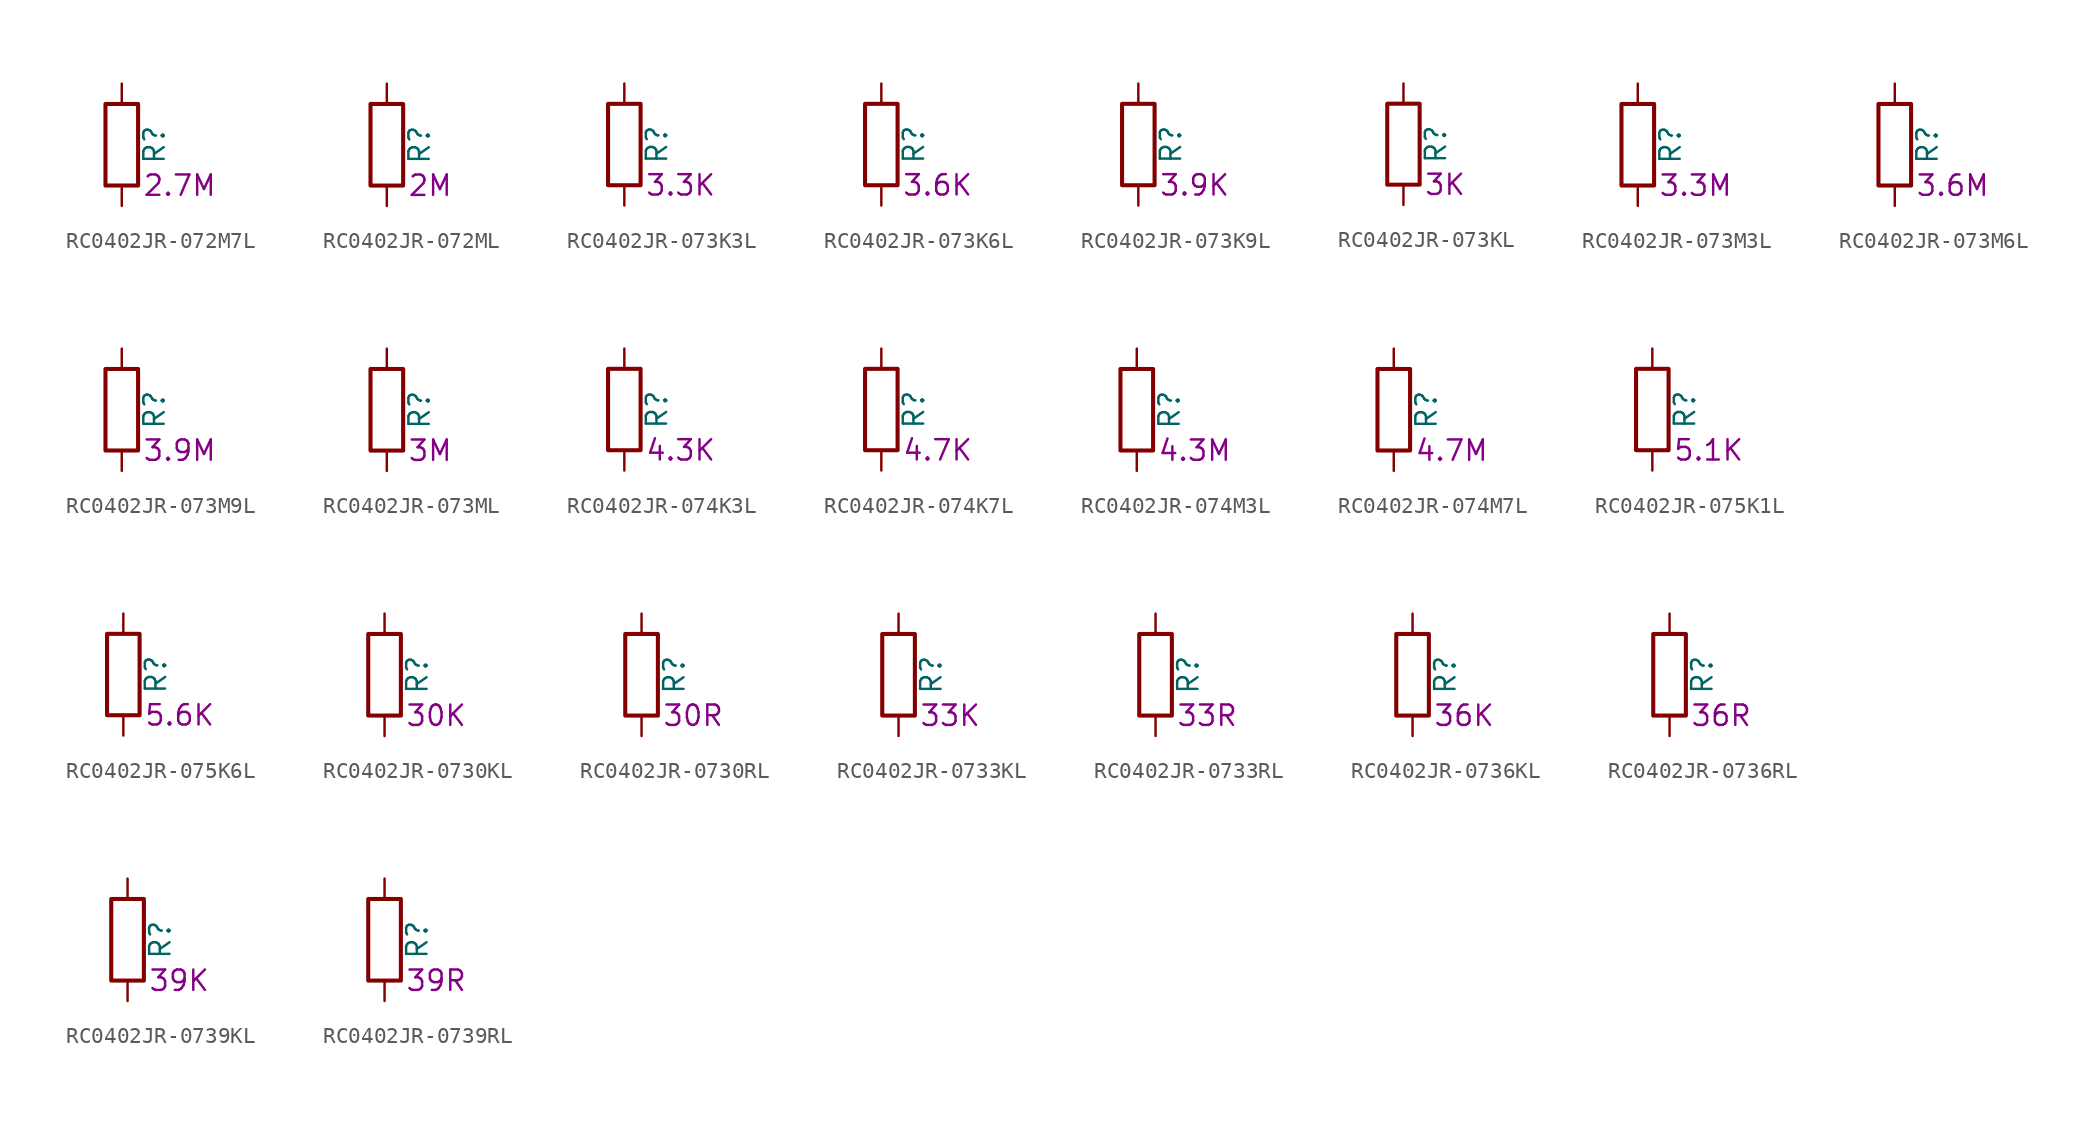
<source format=kicad_sym>
(kicad_symbol_lib
  (version 20220914)
  (generator kicad_symbol_editor)
  (symbol "RC0402JR-072M7L"
    (pin_numbers hide)
    (pin_names
      (offset 0))
    (property "Reference" "R"
      (at 2.032 0 90)
      (effects (font (size 1.27 1.27))))
    (property "Resistance" "2.7M"
      (at 1.27 -2.54 0)
      (effects (font (size 1.27 1.27)) (justify left)))
    (symbol "RC0402JR-072M7L_0_1"
      (rectangle (start -1.016 -2.54) (end 1.016 2.54) (stroke (width 0.254) (type default)) (fill (type none))))
    (symbol "RC0402JR-072M7L_1_1"
      (pin passive line (at 0 3.81 270) (length 1.27) (name "~" (effects (font (size 1.27 1.27)))) (number "1" (effects (font (size 1.27 1.27)))))
      (pin passive line (at 0 -3.81 90) (length 1.27) (name "~" (effects (font (size 1.27 1.27)))) (number "2" (effects (font (size 1.27 1.27)))))))
  (symbol "RC0402JR-072ML"
    (pin_numbers hide)
    (pin_names
      (offset 0))
    (property "Reference" "R"
      (at 2.032 0 90)
      (effects (font (size 1.27 1.27))))
    (property "Resistance" "2M"
      (at 1.27 -2.54 0)
      (effects (font (size 1.27 1.27)) (justify left)))
    (symbol "RC0402JR-072ML_0_1"
      (rectangle (start -1.016 -2.54) (end 1.016 2.54) (stroke (width 0.254) (type default)) (fill (type none))))
    (symbol "RC0402JR-072ML_1_1"
      (pin passive line (at 0 3.81 270) (length 1.27) (name "~" (effects (font (size 1.27 1.27)))) (number "1" (effects (font (size 1.27 1.27)))))
      (pin passive line (at 0 -3.81 90) (length 1.27) (name "~" (effects (font (size 1.27 1.27)))) (number "2" (effects (font (size 1.27 1.27)))))))
  (symbol "RC0402JR-073K3L"
    (pin_numbers hide)
    (pin_names
      (offset 0))
    (property "Reference" "R"
      (at 2.032 0 90)
      (effects (font (size 1.27 1.27))))
    (property "Resistance" "3.3K"
      (at 1.27 -2.54 0)
      (effects (font (size 1.27 1.27)) (justify left)))
    (symbol "RC0402JR-073K3L_0_1"
      (rectangle (start -1.016 -2.54) (end 1.016 2.54) (stroke (width 0.254) (type default)) (fill (type none))))
    (symbol "RC0402JR-073K3L_1_1"
      (pin passive line (at 0 3.81 270) (length 1.27) (name "~" (effects (font (size 1.27 1.27)))) (number "1" (effects (font (size 1.27 1.27)))))
      (pin passive line (at 0 -3.81 90) (length 1.27) (name "~" (effects (font (size 1.27 1.27)))) (number "2" (effects (font (size 1.27 1.27)))))))
  (symbol "RC0402JR-073K6L"
    (pin_numbers hide)
    (pin_names
      (offset 0))
    (property "Reference" "R"
      (at 2.032 0 90)
      (effects (font (size 1.27 1.27))))
    (property "Resistance" "3.6K"
      (at 1.27 -2.54 0)
      (effects (font (size 1.27 1.27)) (justify left)))
    (symbol "RC0402JR-073K6L_0_1"
      (rectangle (start -1.016 -2.54) (end 1.016 2.54) (stroke (width 0.254) (type default)) (fill (type none))))
    (symbol "RC0402JR-073K6L_1_1"
      (pin passive line (at 0 3.81 270) (length 1.27) (name "~" (effects (font (size 1.27 1.27)))) (number "1" (effects (font (size 1.27 1.27)))))
      (pin passive line (at 0 -3.81 90) (length 1.27) (name "~" (effects (font (size 1.27 1.27)))) (number "2" (effects (font (size 1.27 1.27)))))))
  (symbol "RC0402JR-073K9L"
    (pin_numbers hide)
    (pin_names
      (offset 0))
    (property "Reference" "R"
      (at 2.032 0 90)
      (effects (font (size 1.27 1.27))))
    (property "Resistance" "3.9K"
      (at 1.27 -2.54 0)
      (effects (font (size 1.27 1.27)) (justify left)))
    (symbol "RC0402JR-073K9L_0_1"
      (rectangle (start -1.016 -2.54) (end 1.016 2.54) (stroke (width 0.254) (type default)) (fill (type none))))
    (symbol "RC0402JR-073K9L_1_1"
      (pin passive line (at 0 3.81 270) (length 1.27) (name "~" (effects (font (size 1.27 1.27)))) (number "1" (effects (font (size 1.27 1.27)))))
      (pin passive line (at 0 -3.81 90) (length 1.27) (name "~" (effects (font (size 1.27 1.27)))) (number "2" (effects (font (size 1.27 1.27)))))))
  (symbol "RC0402JR-073KL"
    (pin_numbers hide)
    (pin_names
      (offset 0))
    (property "Reference" "R"
      (at 2.032 0 90)
      (effects (font (size 1.27 1.27))))
    (property "Resistance" "3K"
      (at 1.27 -2.54 0)
      (effects (font (size 1.27 1.27)) (justify left)))
    (symbol "RC0402JR-073KL_0_1"
      (rectangle (start -1.016 -2.54) (end 1.016 2.54) (stroke (width 0.254) (type default)) (fill (type none))))
    (symbol "RC0402JR-073KL_1_1"
      (pin passive line (at 0 3.81 270) (length 1.27) (name "~" (effects (font (size 1.27 1.27)))) (number "1" (effects (font (size 1.27 1.27)))))
      (pin passive line (at 0 -3.81 90) (length 1.27) (name "~" (effects (font (size 1.27 1.27)))) (number "2" (effects (font (size 1.27 1.27)))))))
  (symbol "RC0402JR-073M3L"
    (pin_numbers hide)
    (pin_names
      (offset 0))
    (property "Reference" "R"
      (at 2.032 0 90)
      (effects (font (size 1.27 1.27))))
    (property "Resistance" "3.3M"
      (at 1.27 -2.54 0)
      (effects (font (size 1.27 1.27)) (justify left)))
    (symbol "RC0402JR-073M3L_0_1"
      (rectangle (start -1.016 -2.54) (end 1.016 2.54) (stroke (width 0.254) (type default)) (fill (type none))))
    (symbol "RC0402JR-073M3L_1_1"
      (pin passive line (at 0 3.81 270) (length 1.27) (name "~" (effects (font (size 1.27 1.27)))) (number "1" (effects (font (size 1.27 1.27)))))
      (pin passive line (at 0 -3.81 90) (length 1.27) (name "~" (effects (font (size 1.27 1.27)))) (number "2" (effects (font (size 1.27 1.27)))))))
  (symbol "RC0402JR-073M6L"
    (pin_numbers hide)
    (pin_names
      (offset 0))
    (property "Reference" "R"
      (at 2.032 0 90)
      (effects (font (size 1.27 1.27))))
    (property "Resistance" "3.6M"
      (at 1.27 -2.54 0)
      (effects (font (size 1.27 1.27)) (justify left)))
    (symbol "RC0402JR-073M6L_0_1"
      (rectangle (start -1.016 -2.54) (end 1.016 2.54) (stroke (width 0.254) (type default)) (fill (type none))))
    (symbol "RC0402JR-073M6L_1_1"
      (pin passive line (at 0 3.81 270) (length 1.27) (name "~" (effects (font (size 1.27 1.27)))) (number "1" (effects (font (size 1.27 1.27)))))
      (pin passive line (at 0 -3.81 90) (length 1.27) (name "~" (effects (font (size 1.27 1.27)))) (number "2" (effects (font (size 1.27 1.27)))))))
  (symbol "RC0402JR-073M9L"
    (pin_numbers hide)
    (pin_names
      (offset 0))
    (property "Reference" "R"
      (at 2.032 0 90)
      (effects (font (size 1.27 1.27))))
    (property "Resistance" "3.9M"
      (at 1.27 -2.54 0)
      (effects (font (size 1.27 1.27)) (justify left)))
    (symbol "RC0402JR-073M9L_0_1"
      (rectangle (start -1.016 -2.54) (end 1.016 2.54) (stroke (width 0.254) (type default)) (fill (type none))))
    (symbol "RC0402JR-073M9L_1_1"
      (pin passive line (at 0 3.81 270) (length 1.27) (name "~" (effects (font (size 1.27 1.27)))) (number "1" (effects (font (size 1.27 1.27)))))
      (pin passive line (at 0 -3.81 90) (length 1.27) (name "~" (effects (font (size 1.27 1.27)))) (number "2" (effects (font (size 1.27 1.27)))))))
  (symbol "RC0402JR-073ML"
    (pin_numbers hide)
    (pin_names
      (offset 0))
    (property "Reference" "R"
      (at 2.032 0 90)
      (effects (font (size 1.27 1.27))))
    (property "Resistance" "3M"
      (at 1.27 -2.54 0)
      (effects (font (size 1.27 1.27)) (justify left)))
    (symbol "RC0402JR-073ML_0_1"
      (rectangle (start -1.016 -2.54) (end 1.016 2.54) (stroke (width 0.254) (type default)) (fill (type none))))
    (symbol "RC0402JR-073ML_1_1"
      (pin passive line (at 0 3.81 270) (length 1.27) (name "~" (effects (font (size 1.27 1.27)))) (number "1" (effects (font (size 1.27 1.27)))))
      (pin passive line (at 0 -3.81 90) (length 1.27) (name "~" (effects (font (size 1.27 1.27)))) (number "2" (effects (font (size 1.27 1.27)))))))
  (symbol "RC0402JR-074K3L"
    (pin_numbers hide)
    (pin_names
      (offset 0))
    (property "Reference" "R"
      (at 2.032 0 90)
      (effects (font (size 1.27 1.27))))
    (property "Resistance" "4.3K"
      (at 1.27 -2.54 0)
      (effects (font (size 1.27 1.27)) (justify left)))
    (symbol "RC0402JR-074K3L_0_1"
      (rectangle (start -1.016 -2.54) (end 1.016 2.54) (stroke (width 0.254) (type default)) (fill (type none))))
    (symbol "RC0402JR-074K3L_1_1"
      (pin passive line (at 0 3.81 270) (length 1.27) (name "~" (effects (font (size 1.27 1.27)))) (number "1" (effects (font (size 1.27 1.27)))))
      (pin passive line (at 0 -3.81 90) (length 1.27) (name "~" (effects (font (size 1.27 1.27)))) (number "2" (effects (font (size 1.27 1.27)))))))
  (symbol "RC0402JR-074K7L"
    (pin_numbers hide)
    (pin_names
      (offset 0))
    (property "Reference" "R"
      (at 2.032 0 90)
      (effects (font (size 1.27 1.27))))
    (property "Resistance" "4.7K"
      (at 1.27 -2.54 0)
      (effects (font (size 1.27 1.27)) (justify left)))
    (symbol "RC0402JR-074K7L_0_1"
      (rectangle (start -1.016 -2.54) (end 1.016 2.54) (stroke (width 0.254) (type default)) (fill (type none))))
    (symbol "RC0402JR-074K7L_1_1"
      (pin passive line (at 0 3.81 270) (length 1.27) (name "~" (effects (font (size 1.27 1.27)))) (number "1" (effects (font (size 1.27 1.27)))))
      (pin passive line (at 0 -3.81 90) (length 1.27) (name "~" (effects (font (size 1.27 1.27)))) (number "2" (effects (font (size 1.27 1.27)))))))
  (symbol "RC0402JR-074M3L"
    (pin_numbers hide)
    (pin_names
      (offset 0))
    (property "Reference" "R"
      (at 2.032 0 90)
      (effects (font (size 1.27 1.27))))
    (property "Resistance" "4.3M"
      (at 1.27 -2.54 0)
      (effects (font (size 1.27 1.27)) (justify left)))
    (symbol "RC0402JR-074M3L_0_1"
      (rectangle (start -1.016 -2.54) (end 1.016 2.54) (stroke (width 0.254) (type default)) (fill (type none))))
    (symbol "RC0402JR-074M3L_1_1"
      (pin passive line (at 0 3.81 270) (length 1.27) (name "~" (effects (font (size 1.27 1.27)))) (number "1" (effects (font (size 1.27 1.27)))))
      (pin passive line (at 0 -3.81 90) (length 1.27) (name "~" (effects (font (size 1.27 1.27)))) (number "2" (effects (font (size 1.27 1.27)))))))
  (symbol "RC0402JR-074M7L"
    (pin_numbers hide)
    (pin_names
      (offset 0))
    (property "Reference" "R"
      (at 2.032 0 90)
      (effects (font (size 1.27 1.27))))
    (property "Resistance" "4.7M"
      (at 1.27 -2.54 0)
      (effects (font (size 1.27 1.27)) (justify left)))
    (symbol "RC0402JR-074M7L_0_1"
      (rectangle (start -1.016 -2.54) (end 1.016 2.54) (stroke (width 0.254) (type default)) (fill (type none))))
    (symbol "RC0402JR-074M7L_1_1"
      (pin passive line (at 0 3.81 270) (length 1.27) (name "~" (effects (font (size 1.27 1.27)))) (number "1" (effects (font (size 1.27 1.27)))))
      (pin passive line (at 0 -3.81 90) (length 1.27) (name "~" (effects (font (size 1.27 1.27)))) (number "2" (effects (font (size 1.27 1.27)))))))
  (symbol "RC0402JR-075K1L"
    (pin_numbers hide)
    (pin_names
      (offset 0))
    (property "Reference" "R"
      (at 2.032 0 90)
      (effects (font (size 1.27 1.27))))
    (property "Resistance" "5.1K"
      (at 1.27 -2.54 0)
      (effects (font (size 1.27 1.27)) (justify left)))
    (symbol "RC0402JR-075K1L_0_1"
      (rectangle (start -1.016 -2.54) (end 1.016 2.54) (stroke (width 0.254) (type default)) (fill (type none))))
    (symbol "RC0402JR-075K1L_1_1"
      (pin passive line (at 0 3.81 270) (length 1.27) (name "~" (effects (font (size 1.27 1.27)))) (number "1" (effects (font (size 1.27 1.27)))))
      (pin passive line (at 0 -3.81 90) (length 1.27) (name "~" (effects (font (size 1.27 1.27)))) (number "2" (effects (font (size 1.27 1.27)))))))
  (symbol "RC0402JR-075K6L"
    (pin_numbers hide)
    (pin_names
      (offset 0))
    (property "Reference" "R"
      (at 2.032 0 90)
      (effects (font (size 1.27 1.27))))
    (property "Resistance" "5.6K"
      (at 1.27 -2.54 0)
      (effects (font (size 1.27 1.27)) (justify left)))
    (symbol "RC0402JR-075K6L_0_1"
      (rectangle (start -1.016 -2.54) (end 1.016 2.54) (stroke (width 0.254) (type default)) (fill (type none))))
    (symbol "RC0402JR-075K6L_1_1"
      (pin passive line (at 0 3.81 270) (length 1.27) (name "~" (effects (font (size 1.27 1.27)))) (number "1" (effects (font (size 1.27 1.27)))))
      (pin passive line (at 0 -3.81 90) (length 1.27) (name "~" (effects (font (size 1.27 1.27)))) (number "2" (effects (font (size 1.27 1.27)))))))
  (symbol "RC0402JR-0730KL"
    (pin_numbers hide)
    (pin_names
      (offset 0))
    (property "Reference" "R"
      (at 2.032 0 90)
      (effects (font (size 1.27 1.27))))
    (property "Resistance" "30K"
      (at 1.27 -2.54 0)
      (effects (font (size 1.27 1.27)) (justify left)))
    (symbol "RC0402JR-0730KL_0_1"
      (rectangle (start -1.016 -2.54) (end 1.016 2.54) (stroke (width 0.254) (type default)) (fill (type none))))
    (symbol "RC0402JR-0730KL_1_1"
      (pin passive line (at 0 3.81 270) (length 1.27) (name "~" (effects (font (size 1.27 1.27)))) (number "1" (effects (font (size 1.27 1.27)))))
      (pin passive line (at 0 -3.81 90) (length 1.27) (name "~" (effects (font (size 1.27 1.27)))) (number "2" (effects (font (size 1.27 1.27)))))))
  (symbol "RC0402JR-0730RL"
    (pin_numbers hide)
    (pin_names
      (offset 0))
    (property "Reference" "R"
      (at 2.032 0 90)
      (effects (font (size 1.27 1.27))))
    (property "Resistance" "30R"
      (at 1.27 -2.54 0)
      (effects (font (size 1.27 1.27)) (justify left)))
    (symbol "RC0402JR-0730RL_0_1"
      (rectangle (start -1.016 -2.54) (end 1.016 2.54) (stroke (width 0.254) (type default)) (fill (type none))))
    (symbol "RC0402JR-0730RL_1_1"
      (pin passive line (at 0 3.81 270) (length 1.27) (name "~" (effects (font (size 1.27 1.27)))) (number "1" (effects (font (size 1.27 1.27)))))
      (pin passive line (at 0 -3.81 90) (length 1.27) (name "~" (effects (font (size 1.27 1.27)))) (number "2" (effects (font (size 1.27 1.27)))))))
  (symbol "RC0402JR-0733KL"
    (pin_numbers hide)
    (pin_names
      (offset 0))
    (property "Reference" "R"
      (at 2.032 0 90)
      (effects (font (size 1.27 1.27))))
    (property "Resistance" "33K"
      (at 1.27 -2.54 0)
      (effects (font (size 1.27 1.27)) (justify left)))
    (symbol "RC0402JR-0733KL_0_1"
      (rectangle (start -1.016 -2.54) (end 1.016 2.54) (stroke (width 0.254) (type default)) (fill (type none))))
    (symbol "RC0402JR-0733KL_1_1"
      (pin passive line (at 0 3.81 270) (length 1.27) (name "~" (effects (font (size 1.27 1.27)))) (number "1" (effects (font (size 1.27 1.27)))))
      (pin passive line (at 0 -3.81 90) (length 1.27) (name "~" (effects (font (size 1.27 1.27)))) (number "2" (effects (font (size 1.27 1.27)))))))
  (symbol "RC0402JR-0733RL"
    (pin_numbers hide)
    (pin_names
      (offset 0))
    (property "Reference" "R"
      (at 2.032 0 90)
      (effects (font (size 1.27 1.27))))
    (property "Resistance" "33R"
      (at 1.27 -2.54 0)
      (effects (font (size 1.27 1.27)) (justify left)))
    (symbol "RC0402JR-0733RL_0_1"
      (rectangle (start -1.016 -2.54) (end 1.016 2.54) (stroke (width 0.254) (type default)) (fill (type none))))
    (symbol "RC0402JR-0733RL_1_1"
      (pin passive line (at 0 3.81 270) (length 1.27) (name "~" (effects (font (size 1.27 1.27)))) (number "1" (effects (font (size 1.27 1.27)))))
      (pin passive line (at 0 -3.81 90) (length 1.27) (name "~" (effects (font (size 1.27 1.27)))) (number "2" (effects (font (size 1.27 1.27)))))))
  (symbol "RC0402JR-0736KL"
    (pin_numbers hide)
    (pin_names
      (offset 0))
    (property "Reference" "R"
      (at 2.032 0 90)
      (effects (font (size 1.27 1.27))))
    (property "Resistance" "36K"
      (at 1.27 -2.54 0)
      (effects (font (size 1.27 1.27)) (justify left)))
    (symbol "RC0402JR-0736KL_0_1"
      (rectangle (start -1.016 -2.54) (end 1.016 2.54) (stroke (width 0.254) (type default)) (fill (type none))))
    (symbol "RC0402JR-0736KL_1_1"
      (pin passive line (at 0 3.81 270) (length 1.27) (name "~" (effects (font (size 1.27 1.27)))) (number "1" (effects (font (size 1.27 1.27)))))
      (pin passive line (at 0 -3.81 90) (length 1.27) (name "~" (effects (font (size 1.27 1.27)))) (number "2" (effects (font (size 1.27 1.27)))))))
  (symbol "RC0402JR-0736RL"
    (pin_numbers hide)
    (pin_names
      (offset 0))
    (property "Reference" "R"
      (at 2.032 0 90)
      (effects (font (size 1.27 1.27))))
    (property "Resistance" "36R"
      (at 1.27 -2.54 0)
      (effects (font (size 1.27 1.27)) (justify left)))
    (symbol "RC0402JR-0736RL_0_1"
      (rectangle (start -1.016 -2.54) (end 1.016 2.54) (stroke (width 0.254) (type default)) (fill (type none))))
    (symbol "RC0402JR-0736RL_1_1"
      (pin passive line (at 0 3.81 270) (length 1.27) (name "~" (effects (font (size 1.27 1.27)))) (number "1" (effects (font (size 1.27 1.27)))))
      (pin passive line (at 0 -3.81 90) (length 1.27) (name "~" (effects (font (size 1.27 1.27)))) (number "2" (effects (font (size 1.27 1.27)))))))
  (symbol "RC0402JR-0739KL"
    (pin_numbers hide)
    (pin_names
      (offset 0))
    (property "Reference" "R"
      (at 2.032 0 90)
      (effects (font (size 1.27 1.27))))
    (property "Resistance" "39K"
      (at 1.27 -2.54 0)
      (effects (font (size 1.27 1.27)) (justify left)))
    (symbol "RC0402JR-0739KL_0_1"
      (rectangle (start -1.016 -2.54) (end 1.016 2.54) (stroke (width 0.254) (type default)) (fill (type none))))
    (symbol "RC0402JR-0739KL_1_1"
      (pin passive line (at 0 3.81 270) (length 1.27) (name "~" (effects (font (size 1.27 1.27)))) (number "1" (effects (font (size 1.27 1.27)))))
      (pin passive line (at 0 -3.81 90) (length 1.27) (name "~" (effects (font (size 1.27 1.27)))) (number "2" (effects (font (size 1.27 1.27)))))))
  (symbol "RC0402JR-0739RL"
    (pin_numbers hide)
    (pin_names
      (offset 0))
    (property "Reference" "R"
      (at 2.032 0 90)
      (effects (font (size 1.27 1.27))))
    (property "Resistance" "39R"
      (at 1.27 -2.54 0)
      (effects (font (size 1.27 1.27)) (justify left)))
    (symbol "RC0402JR-0739RL_0_1"
      (rectangle (start -1.016 -2.54) (end 1.016 2.54) (stroke (width 0.254) (type default)) (fill (type none))))
    (symbol "RC0402JR-0739RL_1_1"
      (pin passive line (at 0 3.81 270) (length 1.27) (name "~" (effects (font (size 1.27 1.27)))) (number "1" (effects (font (size 1.27 1.27)))))
      (pin passive line (at 0 -3.81 90) (length 1.27) (name "~" (effects (font (size 1.27 1.27)))) (number "2" (effects (font (size 1.27 1.27))))))))
</source>
